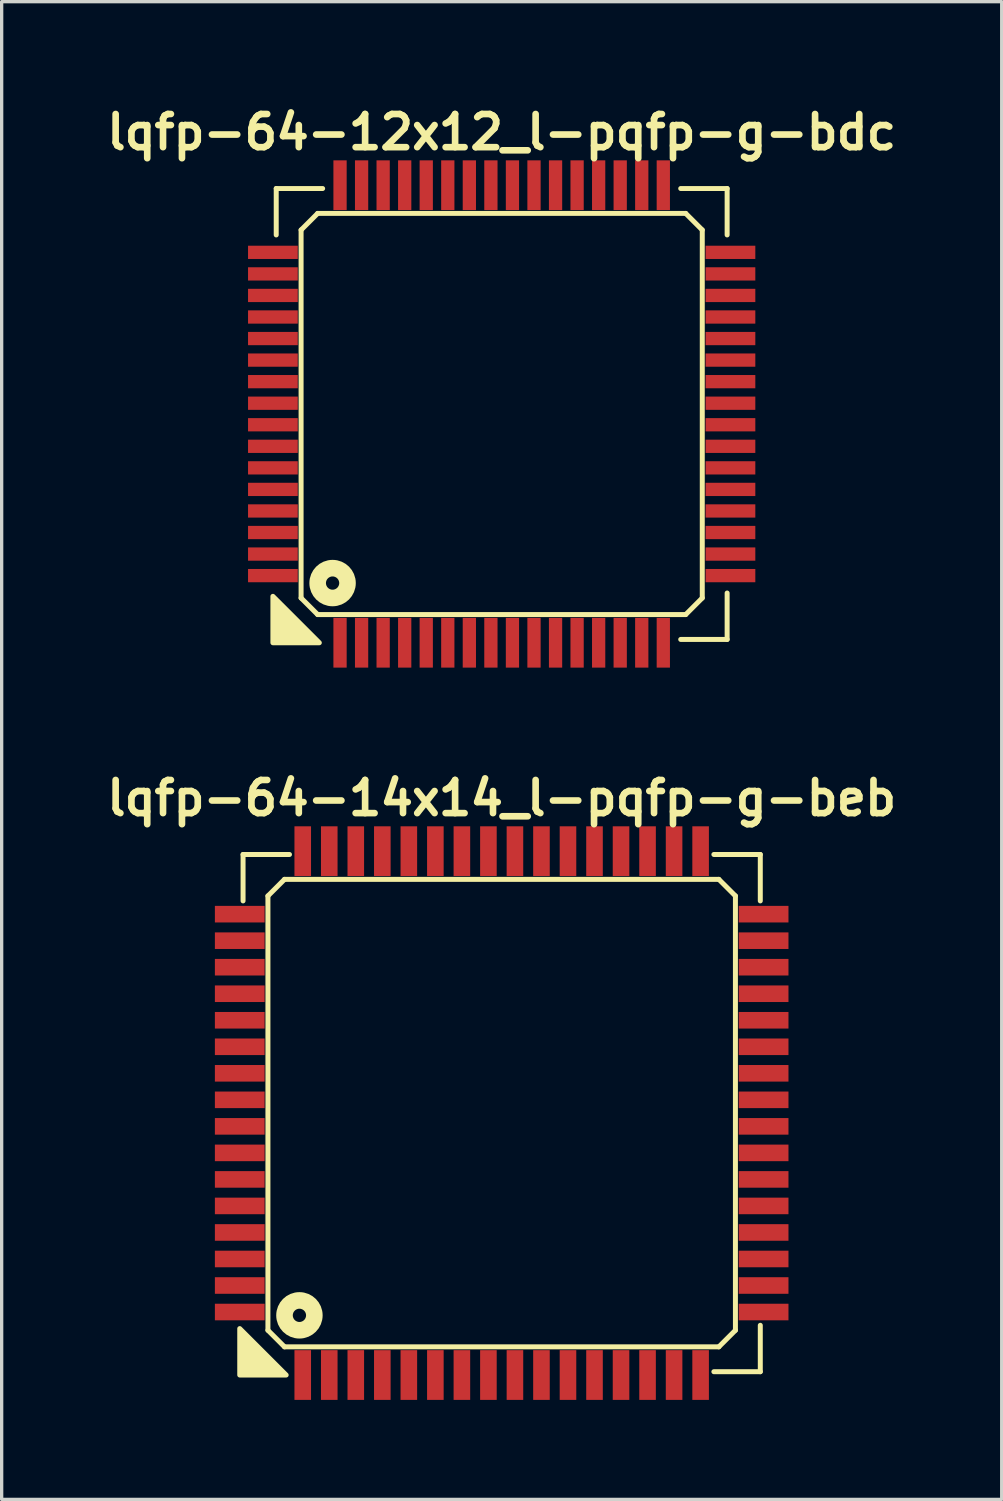
<source format=kicad_pcb>
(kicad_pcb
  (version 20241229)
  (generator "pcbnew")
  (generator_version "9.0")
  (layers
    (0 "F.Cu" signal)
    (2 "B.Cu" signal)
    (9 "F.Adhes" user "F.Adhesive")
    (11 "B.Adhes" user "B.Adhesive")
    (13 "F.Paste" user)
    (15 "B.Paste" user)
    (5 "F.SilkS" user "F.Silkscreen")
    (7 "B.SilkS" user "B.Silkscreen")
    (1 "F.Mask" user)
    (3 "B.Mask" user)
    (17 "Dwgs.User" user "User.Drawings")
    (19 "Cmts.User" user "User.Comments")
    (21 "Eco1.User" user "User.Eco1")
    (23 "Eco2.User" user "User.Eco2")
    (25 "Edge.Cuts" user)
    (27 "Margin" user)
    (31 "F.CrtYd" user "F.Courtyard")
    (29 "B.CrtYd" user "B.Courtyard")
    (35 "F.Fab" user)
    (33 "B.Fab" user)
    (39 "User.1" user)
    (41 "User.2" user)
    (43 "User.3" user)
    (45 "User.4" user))
  (footprint "lqfp-64-12x12_l-pqfp-g-bdc"
    (layer "F.Cu")
    (at 12.081 9.436)
    (property "Reference" "lqfp-64-12x12_l-pqfp-g-bdc" (at 0 -8.5 0) (layer "F.SilkS") (effects (font (size 1 1) (thickness 0.2))))
    (attr smd)
    (fp_line (start -6.8 -6.8) (end -5.4 -6.8) (stroke (width 0.15) (type solid)) (layer "F.SilkS"))
    (fp_line (start -6.8 -5.4) (end -6.8 -6.8) (stroke (width 0.15) (type solid)) (layer "F.SilkS"))
    (fp_line (start -6.05 -5.55) (end -5.55 -6.05) (stroke (width 0.15) (type solid)) (layer "F.SilkS"))
    (fp_line (start -6.05 5.55) (end -6.05 -5.55) (stroke (width 0.15) (type solid)) (layer "F.SilkS"))
    (fp_line (start -5.55 -6.05) (end 5.55 -6.05) (stroke (width 0.15) (type solid)) (layer "F.SilkS"))
    (fp_line (start -5.55 6.05) (end -6.05 5.55) (stroke (width 0.15) (type solid)) (layer "F.SilkS"))
    (fp_line (start 5.4 -6.8) (end 6.8 -6.8) (stroke (width 0.15) (type solid)) (layer "F.SilkS"))
    (fp_line (start 5.55 -6.05) (end 6.05 -5.55) (stroke (width 0.15) (type solid)) (layer "F.SilkS"))
    (fp_line (start 5.55 6.05) (end -5.55 6.05) (stroke (width 0.15) (type solid)) (layer "F.SilkS"))
    (fp_line (start 6.05 -5.55) (end 6.05 5.55) (stroke (width 0.15) (type solid)) (layer "F.SilkS"))
    (fp_line (start 6.05 5.55) (end 5.55 6.05) (stroke (width 0.15) (type solid)) (layer "F.SilkS"))
    (fp_line (start 6.8 -6.8) (end 6.8 -5.4) (stroke (width 0.15) (type solid)) (layer "F.SilkS"))
    (fp_line (start 6.8 5.4) (end 6.8 6.8) (stroke (width 0.15) (type solid)) (layer "F.SilkS"))
    (fp_line (start 6.8 6.8) (end 5.4 6.8) (stroke (width 0.15) (type solid)) (layer "F.SilkS"))
    (fp_circle (center -5.1 5.1) (end -4.9 5.1) (stroke (width 0.5) (type solid)) (fill no) (layer "F.SilkS"))
    (fp_poly (pts (xy -5.5 6.9) (xy -6.9 6.9) (xy -6.9 5.5)) (stroke (width 0.15) (type solid)) (fill yes) (layer "F.SilkS"))
    (pad "1" smd rect (at -4.875 6.9) (size 0.4 1.5) (layers "F.Cu" "F.Mask" "F.Paste"))
    (pad "2" smd rect (at -4.225 6.9) (size 0.4 1.5) (layers "F.Cu" "F.Mask" "F.Paste"))
    (pad "3" smd rect (at -3.575 6.9) (size 0.4 1.5) (layers "F.Cu" "F.Mask" "F.Paste"))
    (pad "4" smd rect (at -2.925 6.9) (size 0.4 1.5) (layers "F.Cu" "F.Mask" "F.Paste"))
    (pad "5" smd rect (at -2.275 6.9) (size 0.4 1.5) (layers "F.Cu" "F.Mask" "F.Paste"))
    (pad "6" smd rect (at -1.625 6.9) (size 0.4 1.5) (layers "F.Cu" "F.Mask" "F.Paste"))
    (pad "7" smd rect (at -0.975 6.9) (size 0.4 1.5) (layers "F.Cu" "F.Mask" "F.Paste"))
    (pad "8" smd rect (at -0.325 6.9) (size 0.4 1.5) (layers "F.Cu" "F.Mask" "F.Paste"))
    (pad "9" smd rect (at 0.325 6.9) (size 0.4 1.5) (layers "F.Cu" "F.Mask" "F.Paste"))
    (pad "10" smd rect (at 0.975 6.9) (size 0.4 1.5) (layers "F.Cu" "F.Mask" "F.Paste"))
    (pad "11" smd rect (at 1.625 6.9) (size 0.4 1.5) (layers "F.Cu" "F.Mask" "F.Paste"))
    (pad "12" smd rect (at 2.275 6.9) (size 0.4 1.5) (layers "F.Cu" "F.Mask" "F.Paste"))
    (pad "13" smd rect (at 2.925 6.9) (size 0.4 1.5) (layers "F.Cu" "F.Mask" "F.Paste"))
    (pad "14" smd rect (at 3.575 6.9) (size 0.4 1.5) (layers "F.Cu" "F.Mask" "F.Paste"))
    (pad "15" smd rect (at 4.225 6.9) (size 0.4 1.5) (layers "F.Cu" "F.Mask" "F.Paste"))
    (pad "16" smd rect (at 4.875 6.9) (size 0.4 1.5) (layers "F.Cu" "F.Mask" "F.Paste"))
    (pad "17" smd rect (at 6.9 4.875) (size 1.5 0.4) (layers "F.Cu" "F.Mask" "F.Paste"))
    (pad "18" smd rect (at 6.9 4.225) (size 1.5 0.4) (layers "F.Cu" "F.Mask" "F.Paste"))
    (pad "19" smd rect (at 6.9 3.575) (size 1.5 0.4) (layers "F.Cu" "F.Mask" "F.Paste"))
    (pad "20" smd rect (at 6.9 2.925) (size 1.5 0.4) (layers "F.Cu" "F.Mask" "F.Paste"))
    (pad "21" smd rect (at 6.9 2.275) (size 1.5 0.4) (layers "F.Cu" "F.Mask" "F.Paste"))
    (pad "22" smd rect (at 6.9 1.625) (size 1.5 0.4) (layers "F.Cu" "F.Mask" "F.Paste"))
    (pad "23" smd rect (at 6.9 0.975) (size 1.5 0.4) (layers "F.Cu" "F.Mask" "F.Paste"))
    (pad "24" smd rect (at 6.9 0.325) (size 1.5 0.4) (layers "F.Cu" "F.Mask" "F.Paste"))
    (pad "25" smd rect (at 6.9 -0.325) (size 1.5 0.4) (layers "F.Cu" "F.Mask" "F.Paste"))
    (pad "26" smd rect (at 6.9 -0.975) (size 1.5 0.4) (layers "F.Cu" "F.Mask" "F.Paste"))
    (pad "27" smd rect (at 6.9 -1.625) (size 1.5 0.4) (layers "F.Cu" "F.Mask" "F.Paste"))
    (pad "28" smd rect (at 6.9 -2.275) (size 1.5 0.4) (layers "F.Cu" "F.Mask" "F.Paste"))
    (pad "29" smd rect (at 6.9 -2.925) (size 1.5 0.4) (layers "F.Cu" "F.Mask" "F.Paste"))
    (pad "30" smd rect (at 6.9 -3.575) (size 1.5 0.4) (layers "F.Cu" "F.Mask" "F.Paste"))
    (pad "31" smd rect (at 6.9 -4.225) (size 1.5 0.4) (layers "F.Cu" "F.Mask" "F.Paste"))
    (pad "32" smd rect (at 6.9 -4.875) (size 1.5 0.4) (layers "F.Cu" "F.Mask" "F.Paste"))
    (pad "33" smd rect (at 4.875 -6.9) (size 0.4 1.5) (layers "F.Cu" "F.Mask" "F.Paste"))
    (pad "34" smd rect (at 4.225 -6.9) (size 0.4 1.5) (layers "F.Cu" "F.Mask" "F.Paste"))
    (pad "35" smd rect (at 3.575 -6.9) (size 0.4 1.5) (layers "F.Cu" "F.Mask" "F.Paste"))
    (pad "36" smd rect (at 2.925 -6.9) (size 0.4 1.5) (layers "F.Cu" "F.Mask" "F.Paste"))
    (pad "37" smd rect (at 2.275 -6.9) (size 0.4 1.5) (layers "F.Cu" "F.Mask" "F.Paste"))
    (pad "38" smd rect (at 1.625 -6.9) (size 0.4 1.5) (layers "F.Cu" "F.Mask" "F.Paste"))
    (pad "39" smd rect (at 0.975 -6.9) (size 0.4 1.5) (layers "F.Cu" "F.Mask" "F.Paste"))
    (pad "40" smd rect (at 0.325 -6.9) (size 0.4 1.5) (layers "F.Cu" "F.Mask" "F.Paste"))
    (pad "41" smd rect (at -0.325 -6.9) (size 0.4 1.5) (layers "F.Cu" "F.Mask" "F.Paste"))
    (pad "42" smd rect (at -0.975 -6.9) (size 0.4 1.5) (layers "F.Cu" "F.Mask" "F.Paste"))
    (pad "43" smd rect (at -1.625 -6.9) (size 0.4 1.5) (layers "F.Cu" "F.Mask" "F.Paste"))
    (pad "44" smd rect (at -2.275 -6.9) (size 0.4 1.5) (layers "F.Cu" "F.Mask" "F.Paste"))
    (pad "45" smd rect (at -2.925 -6.9) (size 0.4 1.5) (layers "F.Cu" "F.Mask" "F.Paste"))
    (pad "46" smd rect (at -3.575 -6.9) (size 0.4 1.5) (layers "F.Cu" "F.Mask" "F.Paste"))
    (pad "47" smd rect (at -4.225 -6.9) (size 0.4 1.5) (layers "F.Cu" "F.Mask" "F.Paste"))
    (pad "48" smd rect (at -4.875 -6.9) (size 0.4 1.5) (layers "F.Cu" "F.Mask" "F.Paste"))
    (pad "49" smd rect (at -6.9 -4.875) (size 1.5 0.4) (layers "F.Cu" "F.Mask" "F.Paste"))
    (pad "50" smd rect (at -6.9 -4.225) (size 1.5 0.4) (layers "F.Cu" "F.Mask" "F.Paste"))
    (pad "51" smd rect (at -6.9 -3.575) (size 1.5 0.4) (layers "F.Cu" "F.Mask" "F.Paste"))
    (pad "52" smd rect (at -6.9 -2.925) (size 1.5 0.4) (layers "F.Cu" "F.Mask" "F.Paste"))
    (pad "53" smd rect (at -6.9 -2.275) (size 1.5 0.4) (layers "F.Cu" "F.Mask" "F.Paste"))
    (pad "54" smd rect (at -6.9 -1.625) (size 1.5 0.4) (layers "F.Cu" "F.Mask" "F.Paste"))
    (pad "55" smd rect (at -6.9 -0.975) (size 1.5 0.4) (layers "F.Cu" "F.Mask" "F.Paste"))
    (pad "56" smd rect (at -6.9 -0.325) (size 1.5 0.4) (layers "F.Cu" "F.Mask" "F.Paste"))
    (pad "57" smd rect (at -6.9 0.325) (size 1.5 0.4) (layers "F.Cu" "F.Mask" "F.Paste"))
    (pad "58" smd rect (at -6.9 0.975) (size 1.5 0.4) (layers "F.Cu" "F.Mask" "F.Paste"))
    (pad "59" smd rect (at -6.9 1.625) (size 1.5 0.4) (layers "F.Cu" "F.Mask" "F.Paste"))
    (pad "60" smd rect (at -6.9 2.275) (size 1.5 0.4) (layers "F.Cu" "F.Mask" "F.Paste"))
    (pad "61" smd rect (at -6.9 2.925) (size 1.5 0.4) (layers "F.Cu" "F.Mask" "F.Paste"))
    (pad "62" smd rect (at -6.9 3.575) (size 1.5 0.4) (layers "F.Cu" "F.Mask" "F.Paste"))
    (pad "63" smd rect (at -6.9 4.225) (size 1.5 0.4) (layers "F.Cu" "F.Mask" "F.Paste"))
    (pad "64" smd rect (at -6.9 4.875) (size 1.5 0.4) (layers "F.Cu" "F.Mask" "F.Paste")))
  (footprint "lqfp-64-14x14_l-pqfp-g-beb"
    (layer "F.Cu")
    (at 12.081 30.522)
    (property "Reference" "lqfp-64-14x14_l-pqfp-g-beb" (at 0 -9.5 0) (layer "F.SilkS") (effects (font (size 1 1) (thickness 0.2))))
    (attr smd)
    (fp_line (start -7.8 -7.8) (end -6.4 -7.8) (stroke (width 0.15) (type solid)) (layer "F.SilkS"))
    (fp_line (start -7.8 -6.4) (end -7.8 -7.8) (stroke (width 0.15) (type solid)) (layer "F.SilkS"))
    (fp_line (start -7.05 -6.55) (end -6.55 -7.05) (stroke (width 0.15) (type solid)) (layer "F.SilkS"))
    (fp_line (start -7.05 6.55) (end -7.05 -6.55) (stroke (width 0.15) (type solid)) (layer "F.SilkS"))
    (fp_line (start -6.55 -7.05) (end 6.55 -7.05) (stroke (width 0.15) (type solid)) (layer "F.SilkS"))
    (fp_line (start -6.55 7.05) (end -7.05 6.55) (stroke (width 0.15) (type solid)) (layer "F.SilkS"))
    (fp_line (start 6.4 -7.8) (end 7.8 -7.8) (stroke (width 0.15) (type solid)) (layer "F.SilkS"))
    (fp_line (start 6.55 -7.05) (end 7.05 -6.55) (stroke (width 0.15) (type solid)) (layer "F.SilkS"))
    (fp_line (start 6.55 7.05) (end -6.55 7.05) (stroke (width 0.15) (type solid)) (layer "F.SilkS"))
    (fp_line (start 7.05 -6.55) (end 7.05 6.55) (stroke (width 0.15) (type solid)) (layer "F.SilkS"))
    (fp_line (start 7.05 6.55) (end 6.55 7.05) (stroke (width 0.15) (type solid)) (layer "F.SilkS"))
    (fp_line (start 7.8 -7.8) (end 7.8 -6.4) (stroke (width 0.15) (type solid)) (layer "F.SilkS"))
    (fp_line (start 7.8 6.4) (end 7.8 7.8) (stroke (width 0.15) (type solid)) (layer "F.SilkS"))
    (fp_line (start 7.8 7.8) (end 6.4 7.8) (stroke (width 0.15) (type solid)) (layer "F.SilkS"))
    (fp_circle (center -6.1 6.1) (end -5.9 6.1) (stroke (width 0.5) (type solid)) (fill no) (layer "F.SilkS"))
    (fp_poly (pts (xy -6.5 7.9) (xy -7.9 7.9) (xy -7.9 6.5)) (stroke (width 0.15) (type solid)) (fill yes) (layer "F.SilkS"))
    (pad "1" smd rect (at -6 7.9) (size 0.5 1.5) (layers "F.Cu" "F.Mask" "F.Paste"))
    (pad "2" smd rect (at -5.2 7.9) (size 0.5 1.5) (layers "F.Cu" "F.Mask" "F.Paste"))
    (pad "3" smd rect (at -4.4 7.9) (size 0.5 1.5) (layers "F.Cu" "F.Mask" "F.Paste"))
    (pad "4" smd rect (at -3.6 7.9) (size 0.5 1.5) (layers "F.Cu" "F.Mask" "F.Paste"))
    (pad "5" smd rect (at -2.8 7.9) (size 0.5 1.5) (layers "F.Cu" "F.Mask" "F.Paste"))
    (pad "6" smd rect (at -2 7.9) (size 0.5 1.5) (layers "F.Cu" "F.Mask" "F.Paste"))
    (pad "7" smd rect (at -1.2 7.9) (size 0.5 1.5) (layers "F.Cu" "F.Mask" "F.Paste"))
    (pad "8" smd rect (at -0.4 7.9) (size 0.5 1.5) (layers "F.Cu" "F.Mask" "F.Paste"))
    (pad "9" smd rect (at 0.4 7.9) (size 0.5 1.5) (layers "F.Cu" "F.Mask" "F.Paste"))
    (pad "10" smd rect (at 1.2 7.9) (size 0.5 1.5) (layers "F.Cu" "F.Mask" "F.Paste"))
    (pad "11" smd rect (at 2 7.9) (size 0.5 1.5) (layers "F.Cu" "F.Mask" "F.Paste"))
    (pad "12" smd rect (at 2.8 7.9) (size 0.5 1.5) (layers "F.Cu" "F.Mask" "F.Paste"))
    (pad "13" smd rect (at 3.6 7.9) (size 0.5 1.5) (layers "F.Cu" "F.Mask" "F.Paste"))
    (pad "14" smd rect (at 4.4 7.9) (size 0.5 1.5) (layers "F.Cu" "F.Mask" "F.Paste"))
    (pad "15" smd rect (at 5.2 7.9) (size 0.5 1.5) (layers "F.Cu" "F.Mask" "F.Paste"))
    (pad "16" smd rect (at 6 7.9) (size 0.5 1.5) (layers "F.Cu" "F.Mask" "F.Paste"))
    (pad "17" smd rect (at 7.9 6) (size 1.5 0.5) (layers "F.Cu" "F.Mask" "F.Paste"))
    (pad "18" smd rect (at 7.9 5.2) (size 1.5 0.5) (layers "F.Cu" "F.Mask" "F.Paste"))
    (pad "19" smd rect (at 7.9 4.4) (size 1.5 0.5) (layers "F.Cu" "F.Mask" "F.Paste"))
    (pad "20" smd rect (at 7.9 3.6) (size 1.5 0.5) (layers "F.Cu" "F.Mask" "F.Paste"))
    (pad "21" smd rect (at 7.9 2.8) (size 1.5 0.5) (layers "F.Cu" "F.Mask" "F.Paste"))
    (pad "22" smd rect (at 7.9 2) (size 1.5 0.5) (layers "F.Cu" "F.Mask" "F.Paste"))
    (pad "23" smd rect (at 7.9 1.2) (size 1.5 0.5) (layers "F.Cu" "F.Mask" "F.Paste"))
    (pad "24" smd rect (at 7.9 0.4) (size 1.5 0.5) (layers "F.Cu" "F.Mask" "F.Paste"))
    (pad "25" smd rect (at 7.9 -0.4) (size 1.5 0.5) (layers "F.Cu" "F.Mask" "F.Paste"))
    (pad "26" smd rect (at 7.9 -1.2) (size 1.5 0.5) (layers "F.Cu" "F.Mask" "F.Paste"))
    (pad "27" smd rect (at 7.9 -2) (size 1.5 0.5) (layers "F.Cu" "F.Mask" "F.Paste"))
    (pad "28" smd rect (at 7.9 -2.8) (size 1.5 0.5) (layers "F.Cu" "F.Mask" "F.Paste"))
    (pad "29" smd rect (at 7.9 -3.6) (size 1.5 0.5) (layers "F.Cu" "F.Mask" "F.Paste"))
    (pad "30" smd rect (at 7.9 -4.4) (size 1.5 0.5) (layers "F.Cu" "F.Mask" "F.Paste"))
    (pad "31" smd rect (at 7.9 -5.2) (size 1.5 0.5) (layers "F.Cu" "F.Mask" "F.Paste"))
    (pad "32" smd rect (at 7.9 -6) (size 1.5 0.5) (layers "F.Cu" "F.Mask" "F.Paste"))
    (pad "33" smd rect (at 6 -7.9) (size 0.5 1.5) (layers "F.Cu" "F.Mask" "F.Paste"))
    (pad "34" smd rect (at 5.2 -7.9) (size 0.5 1.5) (layers "F.Cu" "F.Mask" "F.Paste"))
    (pad "35" smd rect (at 4.4 -7.9) (size 0.5 1.5) (layers "F.Cu" "F.Mask" "F.Paste"))
    (pad "36" smd rect (at 3.6 -7.9) (size 0.5 1.5) (layers "F.Cu" "F.Mask" "F.Paste"))
    (pad "37" smd rect (at 2.8 -7.9) (size 0.5 1.5) (layers "F.Cu" "F.Mask" "F.Paste"))
    (pad "38" smd rect (at 2 -7.9) (size 0.5 1.5) (layers "F.Cu" "F.Mask" "F.Paste"))
    (pad "39" smd rect (at 1.2 -7.9) (size 0.5 1.5) (layers "F.Cu" "F.Mask" "F.Paste"))
    (pad "40" smd rect (at 0.4 -7.9) (size 0.5 1.5) (layers "F.Cu" "F.Mask" "F.Paste"))
    (pad "41" smd rect (at -0.4 -7.9) (size 0.5 1.5) (layers "F.Cu" "F.Mask" "F.Paste"))
    (pad "42" smd rect (at -1.2 -7.9) (size 0.5 1.5) (layers "F.Cu" "F.Mask" "F.Paste"))
    (pad "43" smd rect (at -2 -7.9) (size 0.5 1.5) (layers "F.Cu" "F.Mask" "F.Paste"))
    (pad "44" smd rect (at -2.8 -7.9) (size 0.5 1.5) (layers "F.Cu" "F.Mask" "F.Paste"))
    (pad "45" smd rect (at -3.6 -7.9) (size 0.5 1.5) (layers "F.Cu" "F.Mask" "F.Paste"))
    (pad "46" smd rect (at -4.4 -7.9) (size 0.5 1.5) (layers "F.Cu" "F.Mask" "F.Paste"))
    (pad "47" smd rect (at -5.2 -7.9) (size 0.5 1.5) (layers "F.Cu" "F.Mask" "F.Paste"))
    (pad "48" smd rect (at -6 -7.9) (size 0.5 1.5) (layers "F.Cu" "F.Mask" "F.Paste"))
    (pad "49" smd rect (at -7.9 -6) (size 1.5 0.5) (layers "F.Cu" "F.Mask" "F.Paste"))
    (pad "50" smd rect (at -7.9 -5.2) (size 1.5 0.5) (layers "F.Cu" "F.Mask" "F.Paste"))
    (pad "51" smd rect (at -7.9 -4.4) (size 1.5 0.5) (layers "F.Cu" "F.Mask" "F.Paste"))
    (pad "52" smd rect (at -7.9 -3.6) (size 1.5 0.5) (layers "F.Cu" "F.Mask" "F.Paste"))
    (pad "53" smd rect (at -7.9 -2.8) (size 1.5 0.5) (layers "F.Cu" "F.Mask" "F.Paste"))
    (pad "54" smd rect (at -7.9 -2) (size 1.5 0.5) (layers "F.Cu" "F.Mask" "F.Paste"))
    (pad "55" smd rect (at -7.9 -1.2) (size 1.5 0.5) (layers "F.Cu" "F.Mask" "F.Paste"))
    (pad "56" smd rect (at -7.9 -0.4) (size 1.5 0.5) (layers "F.Cu" "F.Mask" "F.Paste"))
    (pad "57" smd rect (at -7.9 0.4) (size 1.5 0.5) (layers "F.Cu" "F.Mask" "F.Paste"))
    (pad "58" smd rect (at -7.9 1.2) (size 1.5 0.5) (layers "F.Cu" "F.Mask" "F.Paste"))
    (pad "59" smd rect (at -7.9 2) (size 1.5 0.5) (layers "F.Cu" "F.Mask" "F.Paste"))
    (pad "60" smd rect (at -7.9 2.8) (size 1.5 0.5) (layers "F.Cu" "F.Mask" "F.Paste"))
    (pad "61" smd rect (at -7.9 3.6) (size 1.5 0.5) (layers "F.Cu" "F.Mask" "F.Paste"))
    (pad "62" smd rect (at -7.9 4.4) (size 1.5 0.5) (layers "F.Cu" "F.Mask" "F.Paste"))
    (pad "63" smd rect (at -7.9 5.2) (size 1.5 0.5) (layers "F.Cu" "F.Mask" "F.Paste"))
    (pad "64" smd rect (at -7.9 6) (size 1.5 0.5) (layers "F.Cu" "F.Mask" "F.Paste")))
  (gr_rect
    (start -3 -3)
    (end 27.162 42.172)
    (stroke (width 0.1) (type default))
    (fill no)
    (layer "Edge.Cuts")))
</source>
